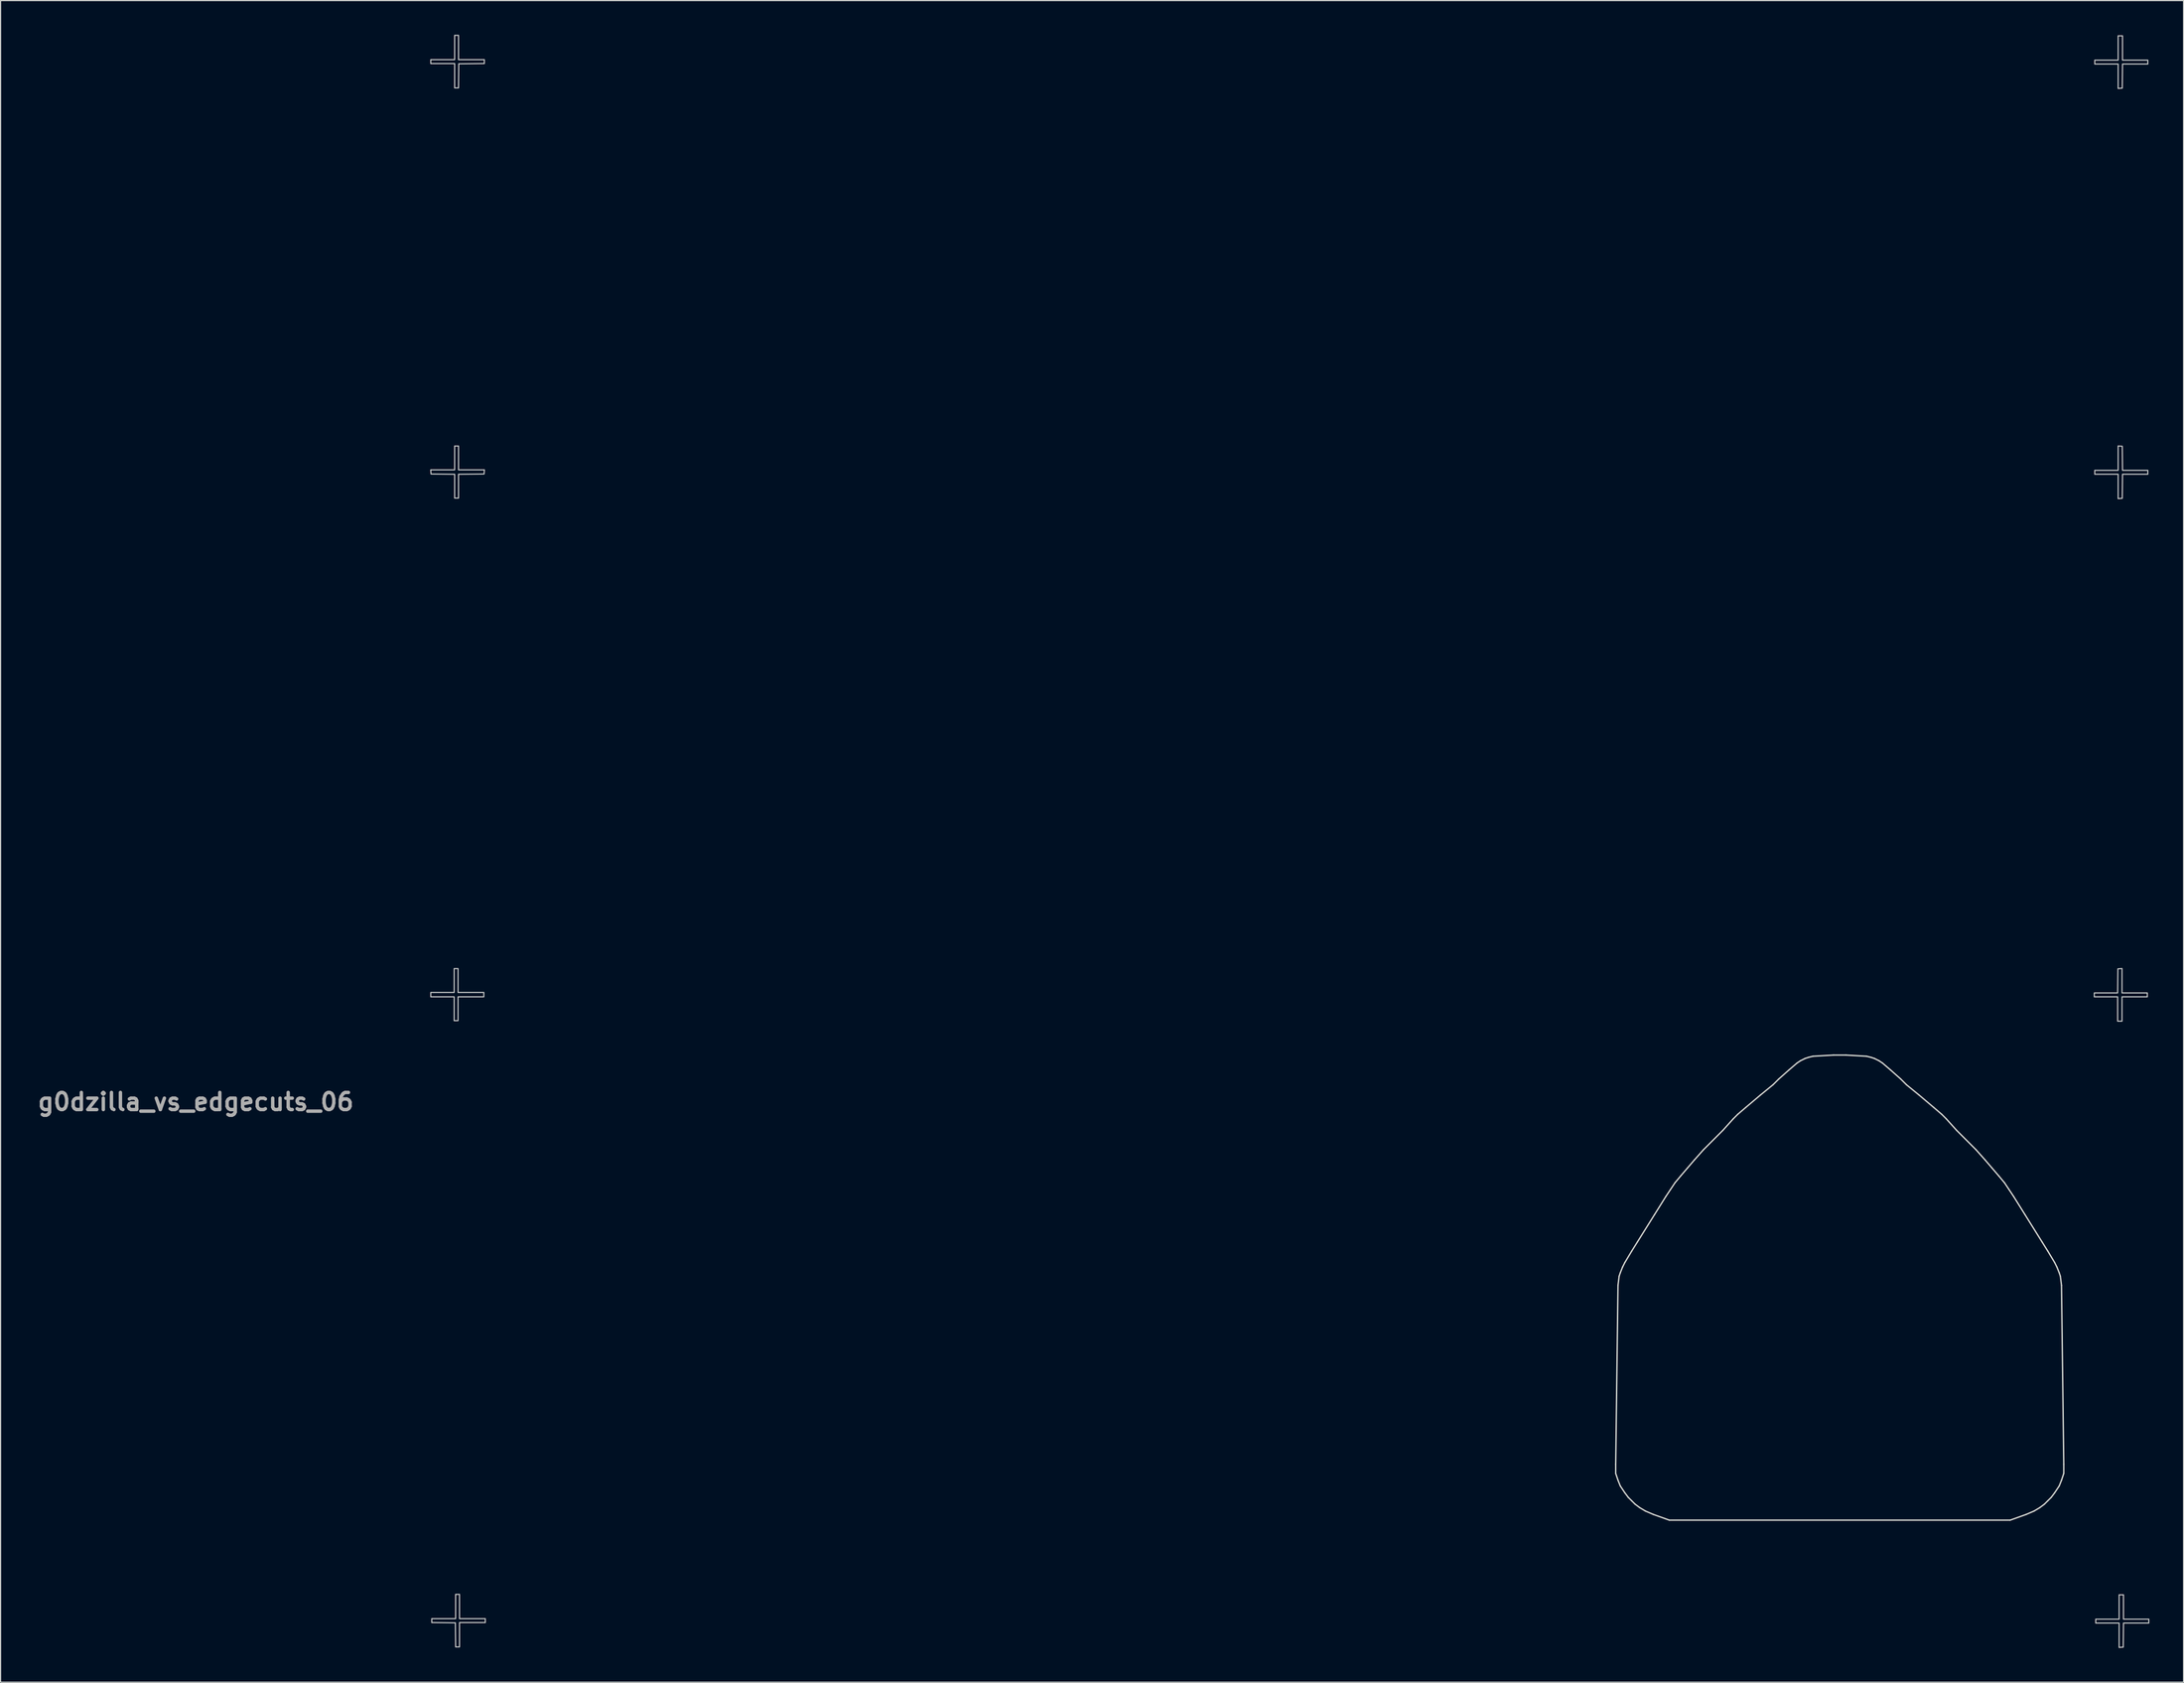
<source format=kicad_pcb>
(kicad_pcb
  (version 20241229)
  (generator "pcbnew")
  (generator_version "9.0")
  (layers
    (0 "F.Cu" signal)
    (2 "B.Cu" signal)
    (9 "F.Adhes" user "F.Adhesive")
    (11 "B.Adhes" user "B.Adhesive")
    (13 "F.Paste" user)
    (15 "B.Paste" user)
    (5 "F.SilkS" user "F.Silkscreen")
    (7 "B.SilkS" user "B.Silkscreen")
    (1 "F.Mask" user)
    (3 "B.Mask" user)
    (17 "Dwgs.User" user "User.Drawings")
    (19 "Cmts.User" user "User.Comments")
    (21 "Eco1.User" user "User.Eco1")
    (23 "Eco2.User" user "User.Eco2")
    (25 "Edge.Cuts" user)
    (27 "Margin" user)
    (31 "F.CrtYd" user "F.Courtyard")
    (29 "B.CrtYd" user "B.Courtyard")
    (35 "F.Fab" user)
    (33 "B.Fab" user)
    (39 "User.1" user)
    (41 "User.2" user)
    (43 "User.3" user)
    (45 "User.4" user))
  (footprint "g0dzilla_vs_edgecuts_06"
    (layer "F.Cu")
    (at 107.521 74.116)
    (property "Reference" "g0dzilla_vs_edgecuts_06" (at -93.4 19.5 0) (layer "F.Fab") (effects (font (size 1.5 1.5) (thickness 0.3))))
    (attr board_only exclude_from_pos_files exclude_from_bom)
    (fp_poly (pts (xy -70.394 8.858) (xy -70.394 9.904) (xy -69.263 9.904) (xy -68.132 9.904) (xy -68.132 10.096) (xy -68.132 10.288) (xy -69.263 10.288) (xy -70.394 10.288) (xy -70.394 11.334) (xy -70.394 12.38) (xy -70.565 12.38) (xy -70.736 12.38) (xy -70.736 11.334) (xy -70.736 10.288) (xy -71.76 10.288) (xy -72.785 10.288) (xy -72.785 10.096) (xy -72.785 9.904) (xy -71.76 9.904) (xy -70.736 9.904) (xy -70.736 8.858) (xy -70.736 7.812) (xy -70.565 7.812) (xy -70.394 7.812)) (stroke (width 0.1) (type solid)) (fill no) (layer "Dwgs.User"))
    (fp_poly (pts (xy -70.352 -72.998) (xy -70.352 -71.931) (xy -69.22 -71.931) (xy -68.089 -71.931) (xy -68.089 -71.761) (xy -68.089 -71.591) (xy -69.21 -71.58) (xy -70.33 -71.568) (xy -70.342 -70.512) (xy -70.353 -69.455) (xy -70.523 -69.455) (xy -70.693 -69.455) (xy -70.693 -70.522) (xy -70.693 -71.59) (xy -71.739 -71.59) (xy -72.785 -71.59) (xy -72.785 -71.76) (xy -72.785 -71.931) (xy -71.739 -71.931) (xy -70.693 -71.931) (xy -70.693 -72.998) (xy -70.693 -74.066) (xy -70.522 -74.066) (xy -70.352 -74.066)) (stroke (width 0.1) (type solid)) (fill no) (layer "Dwgs.User"))
    (fp_poly (pts (xy -70.352 -36.99) (xy -70.352 -35.944) (xy -69.218 -35.944) (xy -68.084 -35.944) (xy -68.097 -35.763) (xy -68.11 -35.581) (xy -69.231 -35.57) (xy -70.352 -35.559) (xy -70.352 -34.513) (xy -70.352 -33.468) (xy -70.522 -33.468) (xy -70.693 -33.468) (xy -70.693 -34.513) (xy -70.693 -35.558) (xy -71.728 -35.57) (xy -72.764 -35.581) (xy -72.777 -35.763) (xy -72.79 -35.944) (xy -71.741 -35.944) (xy -70.693 -35.944) (xy -70.693 -36.99) (xy -70.693 -38.036) (xy -70.522 -38.036) (xy -70.352 -38.036)) (stroke (width 0.1) (type solid)) (fill no) (layer "Dwgs.User"))
    (fp_poly (pts (xy -70.266 63.777) (xy -70.266 64.845) (xy -69.135 64.845) (xy -68.004 64.845) (xy -68.004 65.015) (xy -68.004 65.186) (xy -69.135 65.186) (xy -70.266 65.186) (xy -70.266 66.253) (xy -70.266 67.321) (xy -70.436 67.321) (xy -70.606 67.321) (xy -70.618 66.264) (xy -70.629 65.208) (xy -71.664 65.196) (xy -72.699 65.185) (xy -72.699 65.015) (xy -72.699 64.845) (xy -71.654 64.845) (xy -70.608 64.845) (xy -70.608 63.777) (xy -70.608 62.71) (xy -70.437 62.71) (xy -70.266 62.71)) (stroke (width 0.1) (type solid)) (fill no) (layer "Dwgs.User"))
    (fp_poly (pts (xy 75.4 -38.028) (xy 75.581 -38.015) (xy 75.592 -36.958) (xy 75.604 -35.902) (xy 76.713 -35.902) (xy 77.822 -35.902) (xy 77.822 -35.731) (xy 77.822 -35.56) (xy 76.713 -35.56) (xy 75.604 -35.56) (xy 75.592 -34.503) (xy 75.581 -33.447) (xy 75.4 -33.434) (xy 75.218 -33.421) (xy 75.218 -34.49) (xy 75.218 -35.56) (xy 74.194 -35.56) (xy 73.169 -35.56) (xy 73.169 -35.731) (xy 73.169 -35.902) (xy 74.194 -35.902) (xy 75.218 -35.902) (xy 75.218 -36.971) (xy 75.218 -38.041)) (stroke (width 0.1) (type solid)) (fill no) (layer "Dwgs.User"))
    (fp_poly (pts (xy 75.56 8.877) (xy 75.56 9.947) (xy 76.67 9.947) (xy 77.779 9.947) (xy 77.779 10.117) (xy 77.779 10.288) (xy 76.67 10.288) (xy 75.56 10.288) (xy 75.56 11.355) (xy 75.56 12.423) (xy 75.368 12.423) (xy 75.175 12.423) (xy 75.175 11.355) (xy 75.175 10.288) (xy 74.151 10.288) (xy 73.126 10.288) (xy 73.126 10.117) (xy 73.126 9.947) (xy 74.15 9.947) (xy 75.174 9.947) (xy 75.185 8.89) (xy 75.197 7.833) (xy 75.378 7.82) (xy 75.56 7.807)) (stroke (width 0.1) (type solid)) (fill no) (layer "Dwgs.User"))
    (fp_poly (pts (xy 75.602 -72.956) (xy 75.602 -71.888) (xy 76.712 -71.888) (xy 77.822 -71.888) (xy 77.822 -71.718) (xy 77.822 -71.547) (xy 76.713 -71.547) (xy 75.604 -71.547) (xy 75.592 -70.49) (xy 75.581 -69.434) (xy 75.4 -69.421) (xy 75.218 -69.408) (xy 75.218 -70.477) (xy 75.218 -71.547) (xy 74.194 -71.547) (xy 73.169 -71.547) (xy 73.169 -71.718) (xy 73.169 -71.888) (xy 74.194 -71.888) (xy 75.218 -71.888) (xy 75.218 -72.956) (xy 75.218 -74.023) (xy 75.41 -74.023) (xy 75.602 -74.023)) (stroke (width 0.1) (type solid)) (fill no) (layer "Dwgs.User"))
    (fp_poly (pts (xy 75.688 63.82) (xy 75.688 64.887) (xy 76.798 64.887) (xy 77.908 64.887) (xy 77.908 65.058) (xy 77.908 65.229) (xy 76.798 65.229) (xy 75.689 65.229) (xy 75.678 66.285) (xy 75.666 67.342) (xy 75.485 67.355) (xy 75.304 67.368) (xy 75.304 66.299) (xy 75.304 65.229) (xy 74.279 65.229) (xy 73.254 65.229) (xy 73.254 65.058) (xy 73.254 64.887) (xy 74.279 64.887) (xy 75.304 64.887) (xy 75.304 63.82) (xy 75.304 62.753) (xy 75.496 62.753) (xy 75.688 62.753)) (stroke (width 0.1) (type solid)) (fill no) (layer "Dwgs.User"))
    (fp_line (start 31.15 51.3) (end 31.35 35.6) (stroke (width 0.12) (type default)) (layer "Edge.Cuts"))
    (fp_line (start 31.15 52.1) (end 31.15 51.3) (stroke (width 0.12) (type default)) (layer "Edge.Cuts"))
    (fp_line (start 31.35 35.6) (end 31.45 34.8) (stroke (width 0.12) (type default)) (layer "Edge.Cuts"))
    (fp_line (start 31.35 52.7) (end 31.15 52.1) (stroke (width 0.12) (type default)) (layer "Edge.Cuts"))
    (fp_line (start 31.45 34.8) (end 31.55 34.5) (stroke (width 0.12) (type default)) (layer "Edge.Cuts"))
    (fp_line (start 31.55 34.5) (end 31.75 34) (stroke (width 0.12) (type default)) (layer "Edge.Cuts"))
    (fp_line (start 31.55 53.2) (end 31.35 52.7) (stroke (width 0.12) (type default)) (layer "Edge.Cuts"))
    (fp_line (start 31.75 34) (end 31.95 33.6) (stroke (width 0.12) (type default)) (layer "Edge.Cuts"))
    (fp_line (start 31.95 33.6) (end 32.55 32.6) (stroke (width 0.12) (type default)) (layer "Edge.Cuts"))
    (fp_line (start 31.95 53.8) (end 31.55 53.2) (stroke (width 0.12) (type default)) (layer "Edge.Cuts"))
    (fp_line (start 32.25 54.2) (end 31.95 53.8) (stroke (width 0.12) (type default)) (layer "Edge.Cuts"))
    (fp_line (start 32.55 32.6) (end 33.05 31.8) (stroke (width 0.12) (type default)) (layer "Edge.Cuts"))
    (fp_line (start 32.55 54.5) (end 32.25 54.2) (stroke (width 0.12) (type default)) (layer "Edge.Cuts"))
    (fp_line (start 32.85 54.8) (end 32.55 54.5) (stroke (width 0.12) (type default)) (layer "Edge.Cuts"))
    (fp_line (start 33.05 31.8) (end 34.55 29.4) (stroke (width 0.12) (type default)) (layer "Edge.Cuts"))
    (fp_line (start 33.25 55.1) (end 32.85 54.8) (stroke (width 0.12) (type default)) (layer "Edge.Cuts"))
    (fp_line (start 33.75 55.4) (end 33.25 55.1) (stroke (width 0.12) (type default)) (layer "Edge.Cuts"))
    (fp_line (start 34.45 55.7) (end 33.75 55.4) (stroke (width 0.12) (type default)) (layer "Edge.Cuts"))
    (fp_line (start 34.55 29.4) (end 35.55 27.8) (stroke (width 0.12) (type default)) (layer "Edge.Cuts"))
    (fp_line (start 35.55 27.8) (end 35.95 27.2) (stroke (width 0.12) (type default)) (layer "Edge.Cuts"))
    (fp_line (start 35.85 56.2) (end 34.45 55.7) (stroke (width 0.12) (type default)) (layer "Edge.Cuts"))
    (fp_line (start 35.85 56.2) (end 65.75 56.2) (stroke (width 0.12) (type default)) (layer "Edge.Cuts"))
    (fp_line (start 35.95 27.2) (end 36.35 26.6) (stroke (width 0.12) (type default)) (layer "Edge.Cuts"))
    (fp_line (start 36.35 26.6) (end 36.85 26) (stroke (width 0.12) (type default)) (layer "Edge.Cuts"))
    (fp_line (start 36.85 26) (end 37.45 25.3) (stroke (width 0.12) (type default)) (layer "Edge.Cuts"))
    (fp_line (start 37.45 25.3) (end 38.05 24.6) (stroke (width 0.12) (type default)) (layer "Edge.Cuts"))
    (fp_line (start 38.05 24.6) (end 38.85 23.7) (stroke (width 0.12) (type default)) (layer "Edge.Cuts"))
    (fp_line (start 38.85 23.7) (end 40.55 22) (stroke (width 0.12) (type default)) (layer "Edge.Cuts"))
    (fp_line (start 40.55 22) (end 41.45 21) (stroke (width 0.12) (type default)) (layer "Edge.Cuts"))
    (fp_line (start 41.45 21) (end 41.85 20.6) (stroke (width 0.12) (type default)) (layer "Edge.Cuts"))
    (fp_line (start 41.85 20.6) (end 42.55 20) (stroke (width 0.12) (type default)) (layer "Edge.Cuts"))
    (fp_line (start 42.55 20) (end 43.85 18.9) (stroke (width 0.12) (type default)) (layer "Edge.Cuts"))
    (fp_line (start 43.85 18.9) (end 44.95 18) (stroke (width 0.12) (type default)) (layer "Edge.Cuts"))
    (fp_line (start 44.95 18) (end 45.45 17.5) (stroke (width 0.12) (type default)) (layer "Edge.Cuts"))
    (fp_line (start 45.45 17.5) (end 46.35 16.7) (stroke (width 0.12) (type default)) (layer "Edge.Cuts"))
    (fp_line (start 46.35 16.7) (end 47.05 16.1) (stroke (width 0.12) (type default)) (layer "Edge.Cuts"))
    (fp_line (start 47.05 16.1) (end 47.35 15.9) (stroke (width 0.12) (type default)) (layer "Edge.Cuts"))
    (fp_line (start 47.35 15.9) (end 47.75 15.7) (stroke (width 0.12) (type default)) (layer "Edge.Cuts"))
    (fp_line (start 47.75 15.7) (end 48.05 15.6) (stroke (width 0.12) (type default)) (layer "Edge.Cuts"))
    (fp_line (start 48.05 15.6) (end 48.45 15.5) (stroke (width 0.12) (type default)) (layer "Edge.Cuts"))
    (fp_line (start 48.45 15.5) (end 50.25 15.4) (stroke (width 0.12) (type default)) (layer "Edge.Cuts"))
    (fp_line (start 50.25 15.4) (end 51.35 15.4) (stroke (width 0.12) (type default)) (layer "Edge.Cuts"))
    (fp_line (start 53.15 15.5) (end 51.35 15.4) (stroke (width 0.12) (type default)) (layer "Edge.Cuts"))
    (fp_line (start 53.55 15.6) (end 53.15 15.5) (stroke (width 0.12) (type default)) (layer "Edge.Cuts"))
    (fp_line (start 53.85 15.7) (end 53.55 15.6) (stroke (width 0.12) (type default)) (layer "Edge.Cuts"))
    (fp_line (start 54.25 15.9) (end 53.85 15.7) (stroke (width 0.12) (type default)) (layer "Edge.Cuts"))
    (fp_line (start 54.55 16.1) (end 54.25 15.9) (stroke (width 0.12) (type default)) (layer "Edge.Cuts"))
    (fp_line (start 55.25 16.7) (end 54.55 16.1) (stroke (width 0.12) (type default)) (layer "Edge.Cuts"))
    (fp_line (start 56.15 17.5) (end 55.25 16.7) (stroke (width 0.12) (type default)) (layer "Edge.Cuts"))
    (fp_line (start 56.65 18) (end 56.15 17.5) (stroke (width 0.12) (type default)) (layer "Edge.Cuts"))
    (fp_line (start 57.75 18.9) (end 56.65 18) (stroke (width 0.12) (type default)) (layer "Edge.Cuts"))
    (fp_line (start 59.05 20) (end 57.75 18.9) (stroke (width 0.12) (type default)) (layer "Edge.Cuts"))
    (fp_line (start 59.75 20.6) (end 59.05 20) (stroke (width 0.12) (type default)) (layer "Edge.Cuts"))
    (fp_line (start 60.15 21) (end 59.75 20.6) (stroke (width 0.12) (type default)) (layer "Edge.Cuts"))
    (fp_line (start 61.05 22) (end 60.15 21) (stroke (width 0.12) (type default)) (layer "Edge.Cuts"))
    (fp_line (start 62.75 23.7) (end 61.05 22) (stroke (width 0.12) (type default)) (layer "Edge.Cuts"))
    (fp_line (start 63.55 24.6) (end 62.75 23.7) (stroke (width 0.12) (type default)) (layer "Edge.Cuts"))
    (fp_line (start 64.15 25.3) (end 63.55 24.6) (stroke (width 0.12) (type default)) (layer "Edge.Cuts"))
    (fp_line (start 64.75 26) (end 64.15 25.3) (stroke (width 0.12) (type default)) (layer "Edge.Cuts"))
    (fp_line (start 65.25 26.6) (end 64.75 26) (stroke (width 0.12) (type default)) (layer "Edge.Cuts"))
    (fp_line (start 65.65 27.2) (end 65.25 26.6) (stroke (width 0.12) (type default)) (layer "Edge.Cuts"))
    (fp_line (start 65.75 56.2) (end 67.15 55.7) (stroke (width 0.12) (type default)) (layer "Edge.Cuts"))
    (fp_line (start 66.05 27.8) (end 65.65 27.2) (stroke (width 0.12) (type default)) (layer "Edge.Cuts"))
    (fp_line (start 67.05 29.4) (end 66.05 27.8) (stroke (width 0.12) (type default)) (layer "Edge.Cuts"))
    (fp_line (start 67.15 55.7) (end 67.85 55.4) (stroke (width 0.12) (type default)) (layer "Edge.Cuts"))
    (fp_line (start 67.85 55.4) (end 68.35 55.1) (stroke (width 0.12) (type default)) (layer "Edge.Cuts"))
    (fp_line (start 68.35 55.1) (end 68.75 54.8) (stroke (width 0.12) (type default)) (layer "Edge.Cuts"))
    (fp_line (start 68.55 31.8) (end 67.05 29.4) (stroke (width 0.12) (type default)) (layer "Edge.Cuts"))
    (fp_line (start 68.75 54.8) (end 69.05 54.5) (stroke (width 0.12) (type default)) (layer "Edge.Cuts"))
    (fp_line (start 69.05 32.6) (end 68.55 31.8) (stroke (width 0.12) (type default)) (layer "Edge.Cuts"))
    (fp_line (start 69.05 54.5) (end 69.35 54.2) (stroke (width 0.12) (type default)) (layer "Edge.Cuts"))
    (fp_line (start 69.35 54.2) (end 69.65 53.8) (stroke (width 0.12) (type default)) (layer "Edge.Cuts"))
    (fp_line (start 69.65 33.6) (end 69.05 32.6) (stroke (width 0.12) (type default)) (layer "Edge.Cuts"))
    (fp_line (start 69.65 53.8) (end 70.05 53.2) (stroke (width 0.12) (type default)) (layer "Edge.Cuts"))
    (fp_line (start 69.85 34) (end 69.65 33.6) (stroke (width 0.12) (type default)) (layer "Edge.Cuts"))
    (fp_line (start 70.05 34.5) (end 69.85 34) (stroke (width 0.12) (type default)) (layer "Edge.Cuts"))
    (fp_line (start 70.05 53.2) (end 70.25 52.7) (stroke (width 0.12) (type default)) (layer "Edge.Cuts"))
    (fp_line (start 70.15 34.8) (end 70.05 34.5) (stroke (width 0.12) (type default)) (layer "Edge.Cuts"))
    (fp_line (start 70.25 35.6) (end 70.15 34.8) (stroke (width 0.12) (type default)) (layer "Edge.Cuts"))
    (fp_line (start 70.25 52.7) (end 70.45 52.1) (stroke (width 0.12) (type default)) (layer "Edge.Cuts"))
    (fp_line (start 70.45 51.3) (end 70.25 35.6) (stroke (width 0.12) (type default)) (layer "Edge.Cuts"))
    (fp_line (start 70.45 52.1) (end 70.45 51.3) (stroke (width 0.12) (type default)) (layer "Edge.Cuts"))
    (fp_line (start 35.9 55) (end 35.9 56.2) (stroke (width 0.12) (type default)) (layer "User.9"))
    (fp_line (start 35.9 55) (end 65.8 55) (stroke (width 0.12) (type default)) (layer "User.9"))
    (fp_line (start 44.4 43.1) (end 57.3 43.1) (stroke (width 0.12) (type default)) (layer "User.9"))
    (fp_line (start 44.4 48.9) (end 44.4 43.1) (stroke (width 0.12) (type default)) (layer "User.9"))
    (fp_line (start 44.4 48.9) (end 57.3 48.9) (stroke (width 0.12) (type default)) (layer "User.9"))
    (fp_line (start 44.4 54.7) (end 44.4 55) (stroke (width 0.12) (type default)) (layer "User.9"))
    (fp_line (start 48.8 42.2) (end 48.8 43.1) (stroke (width 0.12) (type default)) (layer "User.9"))
    (fp_line (start 48.8 42.2) (end 52.9 42.2) (stroke (width 0.12) (type default)) (layer "User.9"))
    (fp_line (start 52.9 42.2) (end 52.9 43.1) (stroke (width 0.12) (type default)) (layer "User.9"))
    (fp_line (start 57.3 43.1) (end 57.3 48.9) (stroke (width 0.12) (type default)) (layer "User.9"))
    (fp_line (start 57.3 54.7) (end 57.3 55) (stroke (width 0.12) (type default)) (layer "User.9"))
    (fp_line (start 65.8 55) (end 65.8 56.2) (stroke (width 0.12) (type default)) (layer "User.9"))
    (fp_rect (start 49.17 43.87) (end 47.47 45.57) (stroke (width 0.1) (type default)) (fill no) (layer "User.9"))
    (fp_circle (center 48.31 47.27) (end 47.446 47.27) (stroke (width 0.1) (type default)) (fill no) (layer "User.9"))
    (fp_circle (center 50.85 44.73) (end 49.986 44.73) (stroke (width 0.1) (type default)) (fill no) (layer "User.9"))
    (fp_circle (center 50.85 47.27) (end 49.986 47.27) (stroke (width 0.1) (type default)) (fill no) (layer "User.9"))
    (fp_circle (center 53.39 44.73) (end 52.526 44.73) (stroke (width 0.1) (type default)) (fill no) (layer "User.9"))
    (fp_circle (center 53.39 47.27) (end 52.526 47.27) (stroke (width 0.1) (type default)) (fill no) (layer "User.9")))
  (gr_rect
    (start -3 -3)
    (end 188.479 144.534)
    (stroke (width 0.1) (type default))
    (fill no)
    (layer "Edge.Cuts")))
</source>
